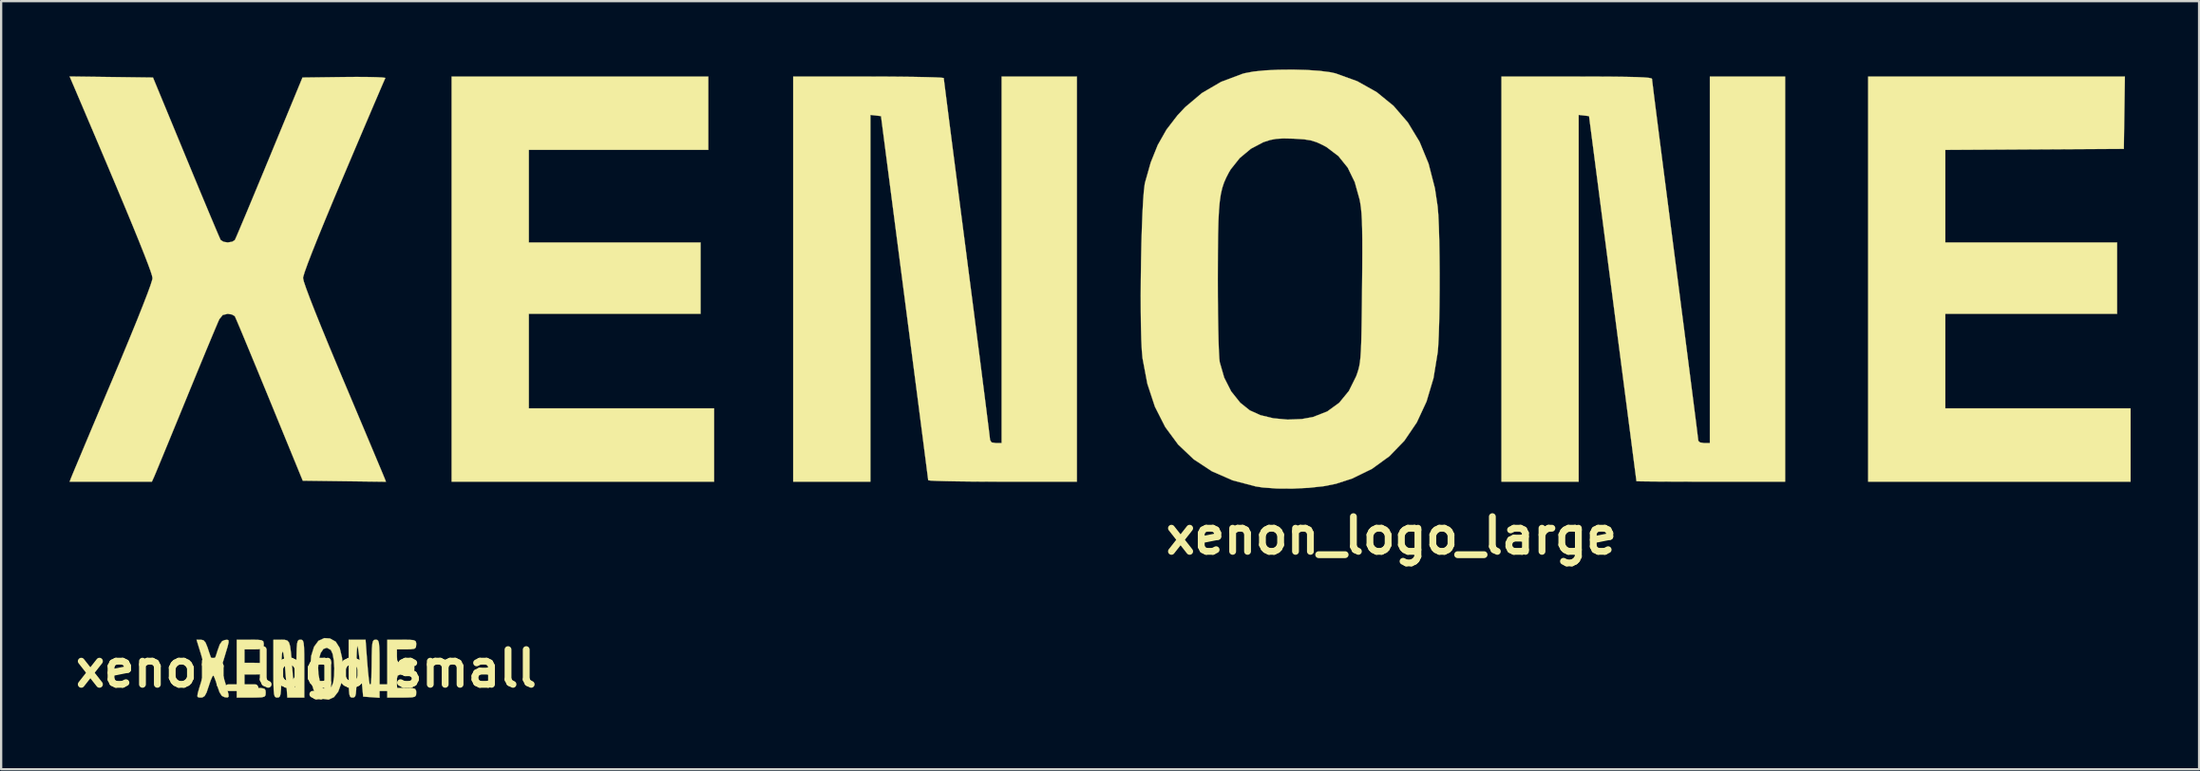
<source format=kicad_pcb>
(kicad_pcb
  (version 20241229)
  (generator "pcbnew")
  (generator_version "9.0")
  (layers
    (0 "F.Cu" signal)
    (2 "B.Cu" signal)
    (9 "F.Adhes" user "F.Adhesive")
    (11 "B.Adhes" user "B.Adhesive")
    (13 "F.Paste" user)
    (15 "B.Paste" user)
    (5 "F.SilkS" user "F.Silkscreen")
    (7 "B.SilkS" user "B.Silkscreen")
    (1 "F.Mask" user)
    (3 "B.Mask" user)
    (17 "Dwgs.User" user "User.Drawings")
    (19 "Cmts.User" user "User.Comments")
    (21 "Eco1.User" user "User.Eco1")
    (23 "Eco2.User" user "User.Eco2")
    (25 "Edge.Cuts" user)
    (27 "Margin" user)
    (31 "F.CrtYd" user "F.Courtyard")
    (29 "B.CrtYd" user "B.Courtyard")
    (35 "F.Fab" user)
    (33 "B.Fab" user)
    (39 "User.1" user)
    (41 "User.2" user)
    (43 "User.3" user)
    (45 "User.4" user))
  (footprint "xenon_logo_small"
    (layer "F.Cu")
    (at 10.385 26.297)
    (property "Reference" "xenon_logo_small" (at 0 0 0) (layer "F.SilkS") (effects (font (size 1.524 1.524) (thickness 0.3))))
    (attr through_hole)
    (fp_poly (pts (xy -2.146 -1.267) (xy -1.968 -1.249) (xy -1.887 -1.202) (xy -1.864 -1.115) (xy -1.863 -1.058) (xy -1.876 -0.933) (xy -1.946 -0.87) (xy -2.116 -0.849) (xy -2.286 -0.847) (xy -2.709 -0.847) (xy -2.709 -0.254) (xy -2.286 -0.254) (xy -2.035 -0.248) (xy -1.91 -0.214) (xy -1.867 -0.125) (xy -1.863 0) (xy -1.872 0.15) (xy -1.929 0.225) (xy -2.077 0.251) (xy -2.286 0.254) (xy -2.709 0.254) (xy -2.709 0.847) (xy -2.244 0.847) (xy -1.977 0.852) (xy -1.838 0.881) (xy -1.786 0.953) (xy -1.778 1.058) (xy -1.786 1.166) (xy -1.833 1.229) (xy -1.956 1.26) (xy -2.19 1.269) (xy -2.413 1.27) (xy -3.048 1.27) (xy -3.048 -1.27) (xy -2.455 -1.27) (xy -2.146 -1.267)) (stroke (width 0.01) (type solid)) (fill yes) (layer "F.SilkS"))
    (fp_poly (pts (xy 1.042 -1.324) (xy 1.294 -1.184) (xy 1.469 -0.907) (xy 1.57 -0.484) (xy 1.585 -0.351) (xy 1.597 0.197) (xy 1.534 0.656) (xy 1.403 1.012) (xy 1.216 1.252) (xy 0.982 1.36) (xy 0.71 1.324) (xy 0.53 1.225) (xy 0.348 1) (xy 0.229 0.631) (xy 0.176 0.133) (xy 0.175 -0.038) (xy 0.522 -0.038) (xy 0.536 0.239) (xy 0.605 0.608) (xy 0.718 0.844) (xy 0.864 0.935) (xy 1.032 0.872) (xy 1.11 0.793) (xy 1.184 0.612) (xy 1.224 0.323) (xy 1.233 -0.018) (xy 1.211 -0.359) (xy 1.16 -0.644) (xy 1.081 -0.818) (xy 1.077 -0.822) (xy 0.907 -0.917) (xy 0.755 -0.864) (xy 0.633 -0.685) (xy 0.552 -0.403) (xy 0.522 -0.038) (xy 0.175 -0.038) (xy 0.175 -0.042) (xy 0.22 -0.563) (xy 0.343 -0.959) (xy 0.536 -1.221) (xy 0.793 -1.34) (xy 1.042 -1.324)) (stroke (width 0.01) (type solid)) (fill yes) (layer "F.SilkS"))
    (fp_poly (pts (xy 4.514 -1.267) (xy 4.703 -1.252) (xy 4.795 -1.211) (xy 4.824 -1.133) (xy 4.826 -1.058) (xy 4.812 -0.933) (xy 4.742 -0.87) (xy 4.573 -0.849) (xy 4.403 -0.847) (xy 3.979 -0.847) (xy 3.979 -0.55) (xy 3.987 -0.368) (xy 4.043 -0.282) (xy 4.191 -0.256) (xy 4.36 -0.254) (xy 4.595 -0.247) (xy 4.706 -0.204) (xy 4.739 -0.096) (xy 4.741 0) (xy 4.73 0.156) (xy 4.667 0.23) (xy 4.504 0.253) (xy 4.36 0.254) (xy 4.126 0.26) (xy 4.015 0.303) (xy 3.982 0.418) (xy 3.979 0.55) (xy 3.979 0.847) (xy 4.403 0.847) (xy 4.654 0.854) (xy 4.779 0.889) (xy 4.822 0.973) (xy 4.826 1.058) (xy 4.818 1.166) (xy 4.771 1.229) (xy 4.648 1.26) (xy 4.414 1.269) (xy 4.191 1.27) (xy 3.556 1.27) (xy 3.556 -1.27) (xy 4.191 -1.27) (xy 4.514 -1.267)) (stroke (width 0.01) (type solid)) (fill yes) (layer "F.SilkS"))
    (fp_poly (pts (xy -4.506 -1.244) (xy -4.417 -1.144) (xy -4.33 -0.932) (xy -4.276 -0.761) (xy -4.189 -0.507) (xy -4.115 -0.341) (xy -4.072 -0.301) (xy -4.021 -0.403) (xy -3.946 -0.614) (xy -3.891 -0.788) (xy -3.792 -1.064) (xy -3.688 -1.208) (xy -3.574 -1.255) (xy -3.468 -1.267) (xy -3.411 -1.245) (xy -3.405 -1.158) (xy -3.447 -0.976) (xy -3.539 -0.669) (xy -3.564 -0.585) (xy -3.742 0) (xy -3.564 0.585) (xy -3.463 0.922) (xy -3.41 1.128) (xy -3.406 1.233) (xy -3.452 1.266) (xy -3.547 1.259) (xy -3.574 1.255) (xy -3.702 1.196) (xy -3.804 1.037) (xy -3.891 0.788) (xy -3.973 0.535) (xy -4.042 0.354) (xy -4.072 0.301) (xy -4.119 0.349) (xy -4.195 0.522) (xy -4.276 0.761) (xy -4.371 1.046) (xy -4.456 1.202) (xy -4.554 1.263) (xy -4.623 1.27) (xy -4.733 1.263) (xy -4.776 1.216) (xy -4.76 1.088) (xy -4.689 0.839) (xy -4.687 0.832) (xy -4.599 0.545) (xy -4.518 0.299) (xy -4.486 0.208) (xy -4.469 0.003) (xy -4.531 -0.331) (xy -4.614 -0.625) (xy -4.813 -1.27) (xy -4.621 -1.27) (xy -4.506 -1.244)) (stroke (width 0.01) (type solid)) (fill yes) (layer "F.SilkS"))
    (fp_poly (pts (xy 2.664 -0.445) (xy 2.708 0.099) (xy 2.749 0.483) (xy 2.785 0.705) (xy 2.816 0.763) (xy 2.841 0.657) (xy 2.859 0.386) (xy 2.868 -0.054) (xy 2.869 -0.106) (xy 2.874 -0.57) (xy 2.883 -0.891) (xy 2.901 -1.096) (xy 2.93 -1.209) (xy 2.976 -1.259) (xy 3.041 -1.27) (xy 3.048 -1.27) (xy 3.113 -1.262) (xy 3.159 -1.22) (xy 3.189 -1.12) (xy 3.206 -0.936) (xy 3.215 -0.644) (xy 3.217 -0.218) (xy 3.217 0.005) (xy 3.217 1.28) (xy 2.858 1.254) (xy 2.499 1.228) (xy 2.396 0.138) (xy 2.354 -0.274) (xy 2.313 -0.622) (xy 2.277 -0.873) (xy 2.25 -0.993) (xy 2.247 -0.998) (xy 2.231 -0.936) (xy 2.217 -0.733) (xy 2.207 -0.42) (xy 2.202 -0.024) (xy 2.201 0.113) (xy 2.2 0.575) (xy 2.194 0.895) (xy 2.178 1.098) (xy 2.15 1.21) (xy 2.104 1.259) (xy 2.038 1.27) (xy 2.032 1.27) (xy 1.967 1.262) (xy 1.921 1.22) (xy 1.891 1.12) (xy 1.874 0.936) (xy 1.865 0.643) (xy 1.863 0.216) (xy 1.863 0) (xy 1.863 -1.27) (xy 2.603 -1.27) (xy 2.664 -0.445)) (stroke (width 0.01) (type solid)) (fill yes) (layer "F.SilkS"))
    (fp_poly (pts (xy -0.944 -1.265) (xy -0.831 -1.233) (xy -0.755 -1.147) (xy -0.706 -0.979) (xy -0.67 -0.702) (xy -0.636 -0.29) (xy -0.627 -0.171) (xy -0.585 0.322) (xy -0.545 0.649) (xy -0.509 0.809) (xy -0.478 0.803) (xy -0.453 0.629) (xy -0.437 0.287) (xy -0.431 -0.106) (xy -0.426 -0.57) (xy -0.418 -0.891) (xy -0.401 -1.096) (xy -0.372 -1.209) (xy -0.327 -1.259) (xy -0.261 -1.27) (xy -0.254 -1.27) (xy -0.189 -1.262) (xy -0.143 -1.22) (xy -0.113 -1.12) (xy -0.096 -0.936) (xy -0.087 -0.643) (xy -0.085 -0.216) (xy -0.085 0) (xy -0.085 1.27) (xy -0.828 1.27) (xy -0.889 0.445) (xy -0.933 -0.099) (xy -0.973 -0.482) (xy -1.009 -0.703) (xy -1.039 -0.76) (xy -1.064 -0.654) (xy -1.081 -0.381) (xy -1.091 0.06) (xy -1.091 0.106) (xy -1.096 0.57) (xy -1.105 0.891) (xy -1.123 1.096) (xy -1.152 1.209) (xy -1.198 1.259) (xy -1.263 1.27) (xy -1.27 1.27) (xy -1.335 1.262) (xy -1.381 1.22) (xy -1.411 1.12) (xy -1.428 0.936) (xy -1.437 0.643) (xy -1.439 0.216) (xy -1.439 0) (xy -1.439 -1.27) (xy -1.106 -1.27) (xy -0.944 -1.265)) (stroke (width 0.01) (type solid)) (fill yes) (layer "F.SilkS")))
  (footprint "xenon_logo_large"
    (layer "F.Cu")
    (at 57.997 20.461)
    (property "Reference" "xenon_logo_large" (at 0 0 0) (layer "F.SilkS") (effects (font (size 1.524 1.524) (thickness 0.3))))
    (attr through_hole)
    (fp_poly (pts (xy -29.972 -16.933) (xy -37.846 -16.933) (xy -37.846 -12.869) (xy -30.311 -12.869) (xy -30.311 -9.737) (xy -37.846 -9.737) (xy -37.846 -5.588) (xy -29.718 -5.588) (xy -29.718 -2.371) (xy -41.233 -2.371) (xy -41.233 -20.151) (xy -29.972 -20.151) (xy -29.972 -16.933)) (stroke (width 0.01) (type solid)) (fill yes) (layer "F.SilkS"))
    (fp_poly (pts (xy 32.131 -16.976) (xy 28.215 -16.954) (xy 24.299 -16.932) (xy 24.299 -12.869) (xy 31.835 -12.869) (xy 31.835 -9.737) (xy 24.299 -9.737) (xy 24.299 -5.588) (xy 32.427 -5.588) (xy 32.427 -2.371) (xy 20.913 -2.371) (xy 20.913 -20.151) (xy 32.177 -20.151) (xy 32.131 -16.976)) (stroke (width 0.01) (type solid)) (fill yes) (layer "F.SilkS"))
    (fp_poly (pts (xy -22.216 -20.149) (xy -21.542 -20.144) (xy -20.943 -20.137) (xy -20.436 -20.127) (xy -20.039 -20.116) (xy -19.77 -20.103) (xy -19.648 -20.088) (xy -19.643 -20.085) (xy -19.632 -19.993) (xy -19.601 -19.745) (xy -19.551 -19.353) (xy -19.484 -18.828) (xy -19.402 -18.182) (xy -19.305 -17.427) (xy -19.195 -16.575) (xy -19.074 -15.637) (xy -18.944 -14.625) (xy -18.805 -13.551) (xy -18.659 -12.427) (xy -18.627 -12.174) (xy -18.48 -11.039) (xy -18.339 -9.95) (xy -18.207 -8.92) (xy -18.083 -7.959) (xy -17.971 -7.081) (xy -17.871 -6.297) (xy -17.785 -5.619) (xy -17.715 -5.059) (xy -17.661 -4.629) (xy -17.626 -4.34) (xy -17.611 -4.205) (xy -17.611 -4.197) (xy -17.543 -4.093) (xy -17.357 -4.064) (xy -17.103 -4.064) (xy -17.103 -20.151) (xy -13.801 -20.151) (xy -13.801 -2.371) (xy -17.06 -2.371) (xy -17.785 -2.372) (xy -18.453 -2.377) (xy -19.048 -2.384) (xy -19.55 -2.393) (xy -19.942 -2.404) (xy -20.205 -2.417) (xy -20.32 -2.431) (xy -20.324 -2.434) (xy -20.335 -2.525) (xy -20.367 -2.773) (xy -20.417 -3.165) (xy -20.485 -3.69) (xy -20.568 -4.336) (xy -20.666 -5.092) (xy -20.776 -5.946) (xy -20.898 -6.886) (xy -21.03 -7.901) (xy -21.169 -8.978) (xy -21.316 -10.107) (xy -21.361 -10.456) (xy -22.395 -18.415) (xy -22.627 -18.442) (xy -22.86 -18.469) (xy -22.86 -2.371) (xy -26.247 -2.371) (xy -26.247 -20.151) (xy -22.945 -20.151) (xy -22.216 -20.149)) (stroke (width 0.01) (type solid)) (fill yes) (layer "F.SilkS"))
    (fp_poly (pts (xy 9.009 -20.149) (xy 9.733 -20.145) (xy 10.311 -20.138) (xy 10.756 -20.128) (xy 11.078 -20.113) (xy 11.289 -20.095) (xy 11.402 -20.072) (xy 11.43 -20.049) (xy 11.441 -19.952) (xy 11.472 -19.699) (xy 11.521 -19.301) (xy 11.588 -18.772) (xy 11.671 -18.121) (xy 11.768 -17.362) (xy 11.878 -16.506) (xy 11.999 -15.565) (xy 12.13 -14.551) (xy 12.269 -13.475) (xy 12.414 -12.35) (xy 12.446 -12.104) (xy 12.593 -10.969) (xy 12.733 -9.882) (xy 12.866 -8.854) (xy 12.989 -7.896) (xy 13.101 -7.022) (xy 13.201 -6.241) (xy 13.287 -5.567) (xy 13.358 -5.011) (xy 13.411 -4.585) (xy 13.446 -4.3) (xy 13.462 -4.169) (xy 13.462 -4.162) (xy 13.536 -4.093) (xy 13.713 -4.064) (xy 13.716 -4.064) (xy 13.97 -4.064) (xy 13.97 -20.151) (xy 17.272 -20.151) (xy 17.272 -2.371) (xy 14.012 -2.371) (xy 13.288 -2.371) (xy 12.619 -2.373) (xy 12.025 -2.375) (xy 11.523 -2.378) (xy 11.131 -2.382) (xy 10.868 -2.386) (xy 10.753 -2.391) (xy 10.749 -2.392) (xy 10.738 -2.477) (xy 10.707 -2.718) (xy 10.656 -3.105) (xy 10.589 -3.624) (xy 10.506 -4.266) (xy 10.408 -5.017) (xy 10.298 -5.867) (xy 10.176 -6.804) (xy 10.045 -7.816) (xy 9.905 -8.893) (xy 9.759 -10.022) (xy 9.708 -10.414) (xy 8.669 -18.415) (xy 8.441 -18.442) (xy 8.213 -18.469) (xy 8.213 -2.371) (xy 4.826 -2.371) (xy 4.826 -20.151) (xy 8.128 -20.151) (xy 9.009 -20.149)) (stroke (width 0.01) (type solid)) (fill yes) (layer "F.SilkS"))
    (fp_poly (pts (xy -56.163 -20.131) (xy -54.335 -20.108) (xy -52.883 -16.595) (xy -52.581 -15.865) (xy -52.298 -15.182) (xy -52.039 -14.562) (xy -51.813 -14.021) (xy -51.625 -13.576) (xy -51.483 -13.242) (xy -51.393 -13.036) (xy -51.365 -12.975) (xy -51.238 -12.898) (xy -51.054 -12.869) (xy -50.855 -12.903) (xy -50.744 -12.975) (xy -50.699 -13.073) (xy -50.596 -13.312) (xy -50.443 -13.674) (xy -50.245 -14.144) (xy -50.011 -14.706) (xy -49.746 -15.343) (xy -49.457 -16.038) (xy -49.227 -16.595) (xy -47.776 -20.108) (xy -45.938 -20.131) (xy -45.404 -20.135) (xy -44.934 -20.132) (xy -44.553 -20.124) (xy -44.285 -20.111) (xy -44.151 -20.094) (xy -44.142 -20.086) (xy -44.182 -19.997) (xy -44.282 -19.766) (xy -44.435 -19.409) (xy -44.636 -18.94) (xy -44.878 -18.372) (xy -45.155 -17.721) (xy -45.461 -17.001) (xy -45.789 -16.227) (xy -45.968 -15.805) (xy -46.4 -14.78) (xy -46.775 -13.876) (xy -47.093 -13.099) (xy -47.351 -12.453) (xy -47.547 -11.944) (xy -47.679 -11.577) (xy -47.745 -11.356) (xy -47.752 -11.305) (xy -47.718 -11.155) (xy -47.617 -10.856) (xy -47.452 -10.413) (xy -47.225 -9.833) (xy -46.938 -9.121) (xy -46.594 -8.283) (xy -46.194 -7.325) (xy -46.009 -6.885) (xy -45.674 -6.091) (xy -45.358 -5.34) (xy -45.066 -4.647) (xy -44.805 -4.027) (xy -44.582 -3.496) (xy -44.403 -3.069) (xy -44.274 -2.762) (xy -44.202 -2.588) (xy -44.19 -2.56) (xy -44.114 -2.367) (xy -45.939 -2.39) (xy -47.764 -2.413) (xy -49.221 -5.969) (xy -49.523 -6.703) (xy -49.806 -7.391) (xy -50.065 -8.016) (xy -50.291 -8.562) (xy -50.479 -9.013) (xy -50.622 -9.352) (xy -50.714 -9.564) (xy -50.745 -9.631) (xy -50.87 -9.708) (xy -51.057 -9.737) (xy -51.274 -9.686) (xy -51.421 -9.507) (xy -51.422 -9.504) (xy -51.48 -9.377) (xy -51.593 -9.11) (xy -51.756 -8.723) (xy -51.96 -8.233) (xy -52.198 -7.658) (xy -52.463 -7.015) (xy -52.747 -6.323) (xy -52.869 -6.025) (xy -53.158 -5.319) (xy -53.43 -4.657) (xy -53.677 -4.055) (xy -53.893 -3.531) (xy -54.069 -3.104) (xy -54.199 -2.79) (xy -54.276 -2.608) (xy -54.29 -2.575) (xy -54.383 -2.371) (xy -57.992 -2.371) (xy -57.918 -2.561) (xy -57.872 -2.674) (xy -57.766 -2.928) (xy -57.607 -3.307) (xy -57.402 -3.796) (xy -57.156 -4.381) (xy -56.877 -5.045) (xy -56.57 -5.774) (xy -56.242 -6.552) (xy -56.1 -6.887) (xy -55.696 -7.851) (xy -55.339 -8.714) (xy -55.031 -9.468) (xy -54.778 -10.105) (xy -54.58 -10.616) (xy -54.443 -10.994) (xy -54.369 -11.23) (xy -54.356 -11.302) (xy -54.377 -11.411) (xy -54.443 -11.618) (xy -54.556 -11.927) (xy -54.717 -12.345) (xy -54.929 -12.877) (xy -55.194 -13.529) (xy -55.515 -14.305) (xy -55.894 -15.211) (xy -56.333 -16.254) (xy -56.834 -17.437) (xy -57.4 -18.768) (xy -57.728 -19.538) (xy -57.991 -20.154) (xy -56.163 -20.131)) (stroke (width 0.01) (type solid)) (fill yes) (layer "F.SilkS"))
    (fp_poly (pts (xy -3.709 -20.439) (xy -3.147 -20.401) (xy -2.681 -20.341) (xy -2.455 -20.291) (xy -1.498 -19.945) (xy -0.649 -19.468) (xy 0.091 -18.865) (xy 0.718 -18.138) (xy 1.232 -17.29) (xy 1.629 -16.325) (xy 1.907 -15.244) (xy 2.026 -14.447) (xy 2.056 -14.076) (xy 2.079 -13.567) (xy 2.097 -12.951) (xy 2.108 -12.26) (xy 2.114 -11.526) (xy 2.113 -10.779) (xy 2.106 -10.05) (xy 2.093 -9.372) (xy 2.074 -8.776) (xy 2.049 -8.292) (xy 2.029 -8.05) (xy 1.844 -6.914) (xy 1.537 -5.885) (xy 1.111 -4.969) (xy 0.568 -4.168) (xy -0.088 -3.489) (xy -0.854 -2.933) (xy -1.726 -2.507) (xy -2.444 -2.275) (xy -2.986 -2.169) (xy -3.636 -2.099) (xy -4.335 -2.065) (xy -5.024 -2.069) (xy -5.643 -2.114) (xy -5.952 -2.161) (xy -6.969 -2.429) (xy -7.877 -2.826) (xy -8.673 -3.35) (xy -9.357 -3.998) (xy -9.925 -4.768) (xy -10.377 -5.659) (xy -10.709 -6.667) (xy -10.921 -7.79) (xy -10.923 -7.81) (xy -10.953 -8.149) (xy -10.975 -8.617) (xy -10.99 -9.192) (xy -10.998 -9.849) (xy -11 -10.562) (xy -10.996 -11.251) (xy -7.619 -11.251) (xy -7.617 -10.487) (xy -7.611 -9.769) (xy -7.6 -9.118) (xy -7.587 -8.555) (xy -7.571 -8.102) (xy -7.553 -7.778) (xy -7.535 -7.617) (xy -7.339 -6.938) (xy -7.033 -6.334) (xy -6.634 -5.834) (xy -6.216 -5.5) (xy -5.751 -5.289) (xy -5.181 -5.152) (xy -4.556 -5.093) (xy -3.928 -5.119) (xy -3.44 -5.208) (xy -2.816 -5.452) (xy -2.292 -5.833) (xy -1.868 -6.35) (xy -1.546 -7) (xy -1.494 -7.146) (xy -1.449 -7.29) (xy -1.412 -7.441) (xy -1.382 -7.617) (xy -1.359 -7.837) (xy -1.34 -8.119) (xy -1.325 -8.483) (xy -1.314 -8.947) (xy -1.304 -9.529) (xy -1.295 -10.248) (xy -1.289 -10.865) (xy -1.281 -11.722) (xy -1.278 -12.429) (xy -1.279 -13.006) (xy -1.285 -13.471) (xy -1.296 -13.845) (xy -1.314 -14.147) (xy -1.338 -14.396) (xy -1.37 -14.612) (xy -1.396 -14.752) (xy -1.61 -15.519) (xy -1.918 -16.152) (xy -2.325 -16.658) (xy -2.84 -17.05) (xy -3.018 -17.148) (xy -3.287 -17.271) (xy -3.539 -17.35) (xy -3.832 -17.396) (xy -4.225 -17.422) (xy -4.314 -17.426) (xy -4.737 -17.435) (xy -5.051 -17.418) (xy -5.316 -17.369) (xy -5.592 -17.28) (xy -5.626 -17.268) (xy -6.167 -16.983) (xy -6.659 -16.572) (xy -7.054 -16.075) (xy -7.138 -15.933) (xy -7.253 -15.709) (xy -7.349 -15.489) (xy -7.426 -15.254) (xy -7.487 -14.985) (xy -7.534 -14.665) (xy -7.568 -14.275) (xy -7.592 -13.796) (xy -7.607 -13.211) (xy -7.615 -12.501) (xy -7.618 -11.647) (xy -7.619 -11.251) (xy -10.996 -11.251) (xy -10.995 -11.309) (xy -10.985 -12.065) (xy -10.97 -12.805) (xy -10.949 -13.506) (xy -10.924 -14.143) (xy -10.895 -14.692) (xy -10.862 -15.129) (xy -10.825 -15.429) (xy -10.811 -15.498) (xy -10.559 -16.386) (xy -10.253 -17.146) (xy -9.872 -17.818) (xy -9.396 -18.438) (xy -9.052 -18.806) (xy -8.314 -19.428) (xy -7.474 -19.918) (xy -6.538 -20.27) (xy -6.435 -20.298) (xy -6.047 -20.371) (xy -5.537 -20.422) (xy -4.948 -20.45) (xy -4.325 -20.456) (xy -3.709 -20.439)) (stroke (width 0.01) (type solid)) (fill yes) (layer "F.SilkS")))
  (gr_rect
    (start -3 -3)
    (end 93.43 30.715)
    (stroke (width 0.1) (type default))
    (fill no)
    (layer "Edge.Cuts")))
</source>
